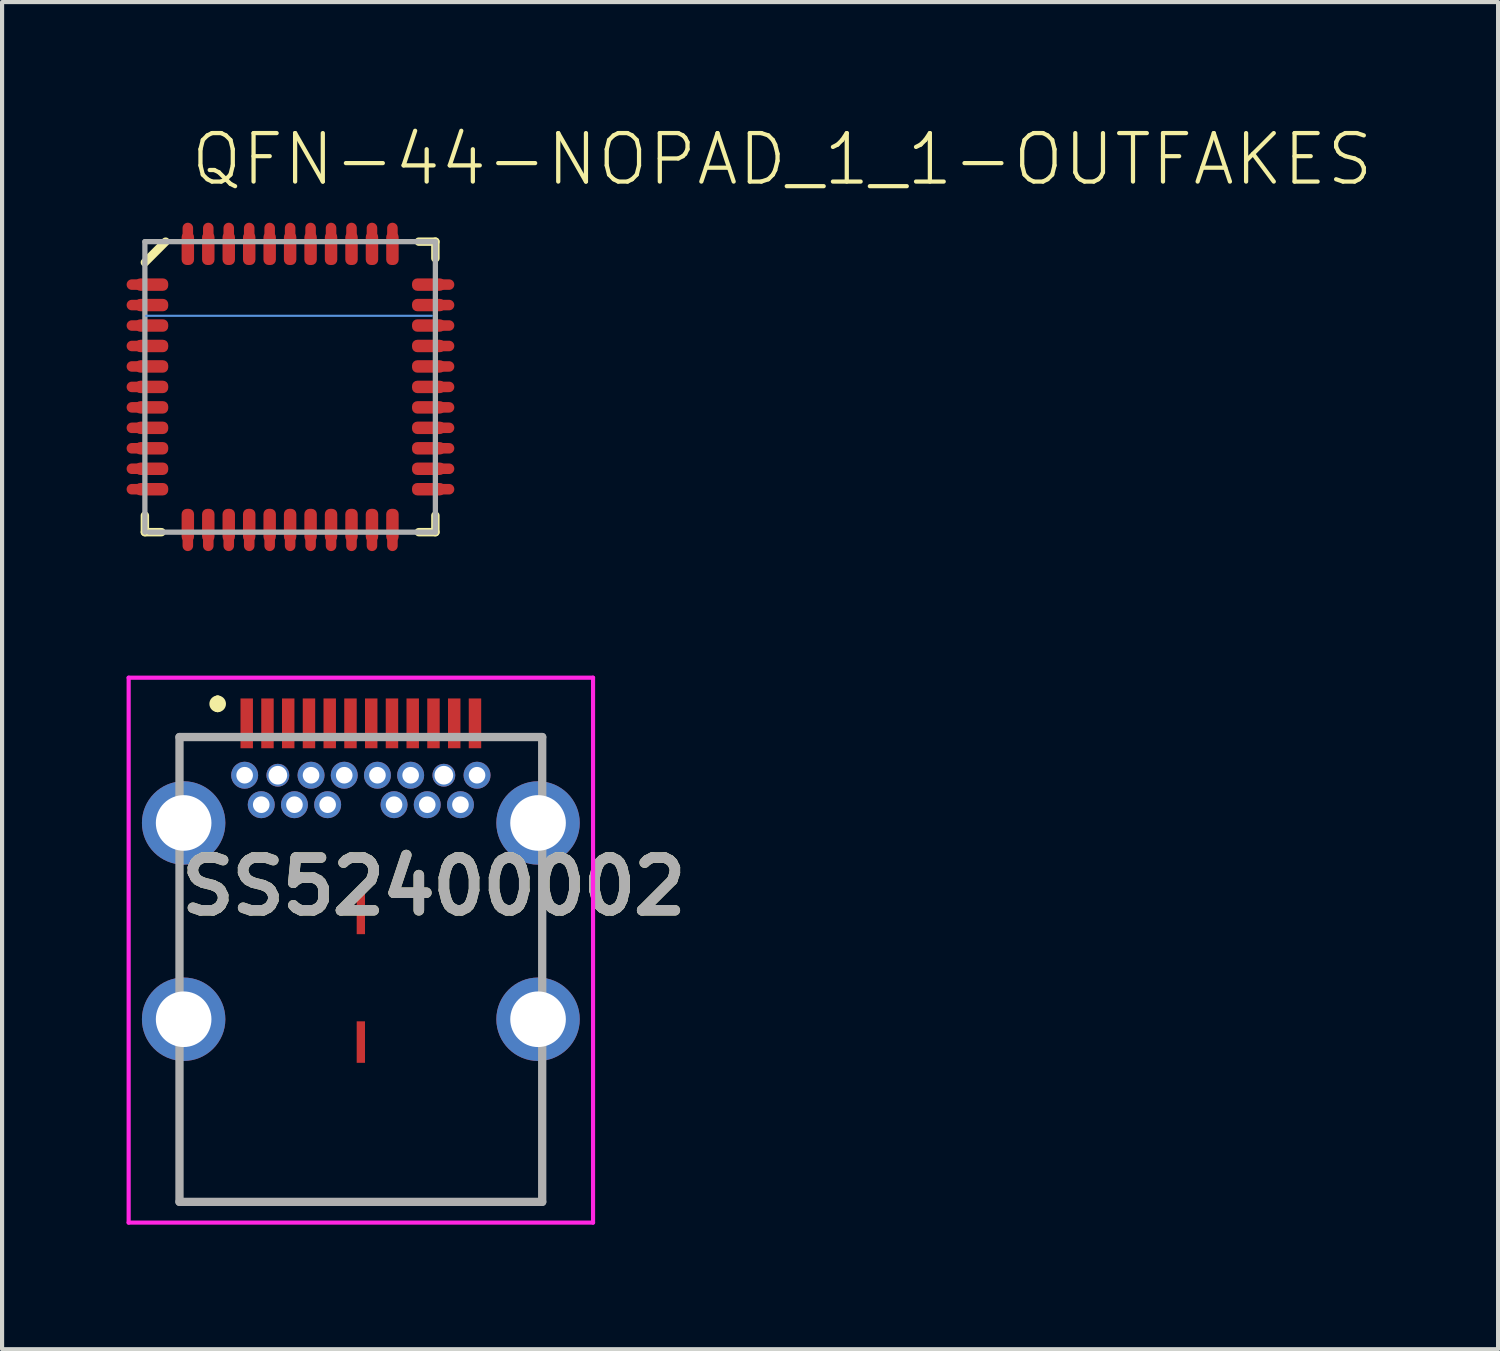
<source format=kicad_pcb>
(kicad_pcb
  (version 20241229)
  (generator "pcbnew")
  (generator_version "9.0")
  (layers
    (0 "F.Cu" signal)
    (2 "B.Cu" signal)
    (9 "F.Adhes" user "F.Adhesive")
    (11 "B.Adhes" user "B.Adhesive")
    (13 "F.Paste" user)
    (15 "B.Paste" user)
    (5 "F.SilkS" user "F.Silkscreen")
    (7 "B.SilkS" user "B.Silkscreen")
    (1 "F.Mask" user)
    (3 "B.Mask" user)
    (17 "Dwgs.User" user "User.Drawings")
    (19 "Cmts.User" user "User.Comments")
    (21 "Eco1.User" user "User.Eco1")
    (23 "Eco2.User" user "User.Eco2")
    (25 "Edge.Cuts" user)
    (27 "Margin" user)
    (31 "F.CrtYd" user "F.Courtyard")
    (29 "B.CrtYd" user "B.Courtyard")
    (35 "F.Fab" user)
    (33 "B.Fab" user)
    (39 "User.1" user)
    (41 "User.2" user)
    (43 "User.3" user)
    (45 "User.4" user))
  (footprint "SS52400002"
    (layer "F.Cu")
    (at 5.645 19.86)
    (property "Reference" "SS52400002" (at 1.76 -1.55 0) (layer "F.SilkS") (effects (font (size 1.27 1.27) (thickness 0.254))))
    (attr through_hole)
    (fp_line (start -4.37 -5.15) (end -3.5 -5.15) (stroke (width 0.1) (type solid)) (layer "F.SilkS"))
    (fp_line (start -4.37 -4.45) (end -4.37 -5.15) (stroke (width 0.1) (type solid)) (layer "F.SilkS"))
    (fp_line (start -4.37 -1.48) (end -4.37 0.02) (stroke (width 0.1) (type solid)) (layer "F.SilkS"))
    (fp_line (start -4.37 3.02) (end -4.37 6.05) (stroke (width 0.1) (type solid)) (layer "F.SilkS"))
    (fp_line (start -4.37 6.05) (end 4.37 6.05) (stroke (width 0.1) (type solid)) (layer "F.SilkS"))
    (fp_line (start -3.45 -6.05) (end -3.45 -6.05) (stroke (width 0.2) (type solid)) (layer "F.SilkS"))
    (fp_line (start -3.45 -5.85) (end -3.45 -5.85) (stroke (width 0.2) (type solid)) (layer "F.SilkS"))
    (fp_line (start 3.5 -5.15) (end 4.37 -5.15) (stroke (width 0.1) (type solid)) (layer "F.SilkS"))
    (fp_line (start 4.37 -5.15) (end 4.37 -4.48) (stroke (width 0.1) (type solid)) (layer "F.SilkS"))
    (fp_line (start 4.37 -1.48) (end 4.37 0.02) (stroke (width 0.1) (type solid)) (layer "F.SilkS"))
    (fp_line (start 4.37 6.05) (end 4.37 3.02) (stroke (width 0.1) (type solid)) (layer "F.SilkS"))
    (fp_arc (start -3.45 -6.05) (mid -3.35 -5.95) (end -3.45 -5.85) (stroke (width 0.2) (type solid)) (layer "F.SilkS"))
    (fp_arc (start -3.45 -5.85) (mid -3.55 -5.95) (end -3.45 -6.05) (stroke (width 0.2) (type solid)) (layer "F.SilkS"))
    (fp_line (start -5.595 -6.58) (end 5.595 -6.58) (stroke (width 0.1) (type solid)) (layer "F.CrtYd"))
    (fp_line (start -5.595 6.55) (end -5.595 -6.58) (stroke (width 0.1) (type solid)) (layer "F.CrtYd"))
    (fp_line (start 5.595 -6.58) (end 5.595 6.55) (stroke (width 0.1) (type solid)) (layer "F.CrtYd"))
    (fp_line (start 5.595 6.55) (end -5.595 6.55) (stroke (width 0.1) (type solid)) (layer "F.CrtYd"))
    (fp_line (start -4.37 -5.15) (end 4.37 -5.15) (stroke (width 0.2) (type solid)) (layer "F.Fab"))
    (fp_line (start -4.37 6.05) (end -4.37 -5.15) (stroke (width 0.2) (type solid)) (layer "F.Fab"))
    (fp_line (start 4.37 -5.15) (end 4.37 6.05) (stroke (width 0.2) (type solid)) (layer "F.Fab"))
    (fp_line (start 4.37 6.05) (end -4.37 6.05) (stroke (width 0.2) (type solid)) (layer "F.Fab"))
    (fp_text user "${REFERENCE}" (at 1.76 -1.55 0) (layer "F.Fab") (effects (font (size 1.27 1.27) (thickness 0.254))))
    (pad "A1" smd rect (at -2.75 -5.48) (size 0.3 1.2) (layers "F.Cu" "F.Mask" "F.Paste"))
    (pad "A2" smd rect (at -2.25 -5.48) (size 0.3 1.2) (layers "F.Cu" "F.Mask" "F.Paste"))
    (pad "A3" smd rect (at -1.75 -5.48) (size 0.3 1.2) (layers "F.Cu" "F.Mask" "F.Paste"))
    (pad "A4" smd rect (at -1.25 -5.48) (size 0.3 1.2) (layers "F.Cu" "F.Mask" "F.Paste"))
    (pad "A5" smd rect (at -0.75 -5.48) (size 0.3 1.2) (layers "F.Cu" "F.Mask" "F.Paste"))
    (pad "A6" smd rect (at -0.25 -5.48) (size 0.3 1.2) (layers "F.Cu" "F.Mask" "F.Paste"))
    (pad "A7" smd rect (at 0.25 -5.48) (size 0.3 1.2) (layers "F.Cu" "F.Mask" "F.Paste"))
    (pad "A8" smd rect (at 0.75 -5.48) (size 0.3 1.2) (layers "F.Cu" "F.Mask" "F.Paste"))
    (pad "A9" smd rect (at 1.25 -5.48) (size 0.3 1.2) (layers "F.Cu" "F.Mask" "F.Paste"))
    (pad "A10" smd rect (at 1.75 -5.48) (size 0.3 1.2) (layers "F.Cu" "F.Mask" "F.Paste"))
    (pad "A11" smd rect (at 2.25 -5.48) (size 0.3 1.2) (layers "F.Cu" "F.Mask" "F.Paste"))
    (pad "A12" smd rect (at 2.75 -5.48) (size 0.3 1.2) (layers "F.Cu" "F.Mask" "F.Paste"))
    (pad "B1" thru_hole circle (at 2.8 -4.23) (size 0.65 0.65) (drill 0.4) (layers "*.Cu" "*.Mask"))
    (pad "B2" thru_hole circle (at 2.4 -3.52) (size 0.65 0.65) (drill 0.4) (layers "*.Cu" "*.Mask"))
    (pad "B3" thru_hole circle (at 1.6 -3.52) (size 0.65 0.65) (drill 0.4) (layers "*.Cu" "*.Mask"))
    (pad "B4" thru_hole circle (at 1.2 -4.23) (size 0.65 0.65) (drill 0.4) (layers "*.Cu" "*.Mask"))
    (pad "B5" thru_hole circle (at 0.8 -3.52) (size 0.65 0.65) (drill 0.4) (layers "*.Cu" "*.Mask"))
    (pad "B6" thru_hole circle (at 0.4 -4.23) (size 0.65 0.65) (drill 0.4) (layers "*.Cu" "*.Mask"))
    (pad "B7" thru_hole circle (at -0.4 -4.23) (size 0.65 0.65) (drill 0.4) (layers "*.Cu" "*.Mask"))
    (pad "B8" thru_hole circle (at -0.8 -3.52) (size 0.65 0.65) (drill 0.4) (layers "*.Cu" "*.Mask"))
    (pad "B9" thru_hole circle (at -1.2 -4.23) (size 0.65 0.65) (drill 0.4) (layers "*.Cu" "*.Mask"))
    (pad "B10" thru_hole circle (at -1.6 -3.52) (size 0.65 0.65) (drill 0.4) (layers "*.Cu" "*.Mask"))
    (pad "B11" thru_hole circle (at -2.4 -3.52) (size 0.65 0.65) (drill 0.4) (layers "*.Cu" "*.Mask"))
    (pad "B12" thru_hole circle (at -2.8 -4.23) (size 0.65 0.65) (drill 0.4) (layers "*.Cu" "*.Mask"))
    (pad "GN1" thru_hole circle (at 2 -4.23) (size 0.55 0.55) (drill 0.45) (layers "*.Cu" "*.Mask"))
    (pad "GR1" thru_hole circle (at -2 -4.23) (size 0.55 0.55) (drill 0.45) (layers "*.Cu" "*.Mask"))
    (pad "MP1" smd rect (at 0 -0.9) (size 0.2 1) (layers "F.Cu" "F.Mask" "F.Paste"))
    (pad "MP2" smd rect (at 0 2.2) (size 0.2 1) (layers "F.Cu" "F.Mask" "F.Paste"))
    (pad "S1" thru_hole circle (at -4.27 -3.08) (size 2.01 2.01) (drill 1.34) (layers "*.Cu" "*.Mask"))
    (pad "S2" thru_hole circle (at 4.27 -3.08) (size 2.01 2.01) (drill 1.34) (layers "*.Cu" "*.Mask"))
    (pad "S3" thru_hole circle (at -4.27 1.65) (size 2.01 2.01) (drill 1.34) (layers "*.Cu" "*.Mask"))
    (pad "S4" thru_hole circle (at 4.27 1.65) (size 2.01 2.01) (drill 1.34) (layers "*.Cu" "*.Mask")))
  (footprint "QFN-44-NOPAD_1_1-OUTFAKES"
    (layer "F.Cu")
    (at 3.941 6.273)
    (property "Reference" "QFN-44-NOPAD_1_1-OUTFAKES" (at -2.45 -4.8 0) (layer "F.SilkS") (effects (font (size 1.168 1.168) (thickness 0.102)) (justify left bottom)))
    (fp_line (start -3.813 -2.465) (end -3.337 -2.465) (stroke (width 0.254) (type solid)) (layer "F.Cu"))
    (fp_line (start -3.813 -1.972) (end -3.337 -1.972) (stroke (width 0.254) (type solid)) (layer "F.Cu"))
    (fp_line (start -3.813 -1.479) (end -3.337 -1.479) (stroke (width 0.254) (type solid)) (layer "F.Cu"))
    (fp_line (start -3.813 -0.986) (end -3.337 -0.986) (stroke (width 0.254) (type solid)) (layer "F.Cu"))
    (fp_line (start -3.813 -0.493) (end -3.337 -0.493) (stroke (width 0.254) (type solid)) (layer "F.Cu"))
    (fp_line (start -3.813 0) (end -3.337 0) (stroke (width 0.254) (type solid)) (layer "F.Cu"))
    (fp_line (start -3.813 0.493) (end -3.337 0.493) (stroke (width 0.254) (type solid)) (layer "F.Cu"))
    (fp_line (start -3.813 0.986) (end -3.337 0.986) (stroke (width 0.254) (type solid)) (layer "F.Cu"))
    (fp_line (start -3.813 1.479) (end -3.337 1.479) (stroke (width 0.254) (type solid)) (layer "F.Cu"))
    (fp_line (start -3.813 1.972) (end -3.337 1.972) (stroke (width 0.254) (type solid)) (layer "F.Cu"))
    (fp_line (start -3.813 2.465) (end -3.337 2.465) (stroke (width 0.254) (type solid)) (layer "F.Cu"))
    (fp_line (start -2.465 -3.337) (end -2.465 -3.829) (stroke (width 0.254) (type solid)) (layer "F.Cu"))
    (fp_line (start -2.465 3.337) (end -2.465 3.829) (stroke (width 0.254) (type solid)) (layer "F.Cu"))
    (fp_line (start -1.972 -3.337) (end -1.972 -3.829) (stroke (width 0.254) (type solid)) (layer "F.Cu"))
    (fp_line (start -1.972 3.337) (end -1.972 3.829) (stroke (width 0.254) (type solid)) (layer "F.Cu"))
    (fp_line (start -1.479 -3.337) (end -1.479 -3.829) (stroke (width 0.254) (type solid)) (layer "F.Cu"))
    (fp_line (start -1.479 3.337) (end -1.479 3.829) (stroke (width 0.254) (type solid)) (layer "F.Cu"))
    (fp_line (start -0.986 -3.337) (end -0.986 -3.829) (stroke (width 0.254) (type solid)) (layer "F.Cu"))
    (fp_line (start -0.986 3.337) (end -0.986 3.829) (stroke (width 0.254) (type solid)) (layer "F.Cu"))
    (fp_line (start -0.493 -3.337) (end -0.493 -3.829) (stroke (width 0.254) (type solid)) (layer "F.Cu"))
    (fp_line (start -0.493 3.337) (end -0.493 3.829) (stroke (width 0.254) (type solid)) (layer "F.Cu"))
    (fp_line (start 0 -3.337) (end 0 -3.829) (stroke (width 0.254) (type solid)) (layer "F.Cu"))
    (fp_line (start 0 3.337) (end 0 3.829) (stroke (width 0.254) (type solid)) (layer "F.Cu"))
    (fp_line (start 0.493 -3.337) (end 0.493 -3.829) (stroke (width 0.254) (type solid)) (layer "F.Cu"))
    (fp_line (start 0.493 3.337) (end 0.493 3.829) (stroke (width 0.254) (type solid)) (layer "F.Cu"))
    (fp_line (start 0.986 -3.337) (end 0.986 -3.829) (stroke (width 0.254) (type solid)) (layer "F.Cu"))
    (fp_line (start 0.986 3.337) (end 0.986 3.829) (stroke (width 0.254) (type solid)) (layer "F.Cu"))
    (fp_line (start 1.479 -3.337) (end 1.479 -3.829) (stroke (width 0.254) (type solid)) (layer "F.Cu"))
    (fp_line (start 1.479 3.337) (end 1.479 3.829) (stroke (width 0.254) (type solid)) (layer "F.Cu"))
    (fp_line (start 1.972 -3.337) (end 1.972 -3.829) (stroke (width 0.254) (type solid)) (layer "F.Cu"))
    (fp_line (start 1.972 3.337) (end 1.972 3.829) (stroke (width 0.254) (type solid)) (layer "F.Cu"))
    (fp_line (start 2.465 -3.337) (end 2.465 -3.829) (stroke (width 0.254) (type solid)) (layer "F.Cu"))
    (fp_line (start 2.465 3.337) (end 2.465 3.829) (stroke (width 0.254) (type solid)) (layer "F.Cu"))
    (fp_line (start 3.337 -2.465) (end 3.829 -2.465) (stroke (width 0.254) (type solid)) (layer "F.Cu"))
    (fp_line (start 3.337 -1.972) (end 3.829 -1.972) (stroke (width 0.254) (type solid)) (layer "F.Cu"))
    (fp_line (start 3.337 -1.479) (end 3.829 -1.479) (stroke (width 0.254) (type solid)) (layer "F.Cu"))
    (fp_line (start 3.337 -0.986) (end 3.829 -0.986) (stroke (width 0.254) (type solid)) (layer "F.Cu"))
    (fp_line (start 3.337 -0.493) (end 3.829 -0.493) (stroke (width 0.254) (type solid)) (layer "F.Cu"))
    (fp_line (start 3.337 0) (end 3.829 0) (stroke (width 0.254) (type solid)) (layer "F.Cu"))
    (fp_line (start 3.337 0.493) (end 3.829 0.493) (stroke (width 0.254) (type solid)) (layer "F.Cu"))
    (fp_line (start 3.337 0.986) (end 3.829 0.986) (stroke (width 0.254) (type solid)) (layer "F.Cu"))
    (fp_line (start 3.337 1.479) (end 3.829 1.479) (stroke (width 0.254) (type solid)) (layer "F.Cu"))
    (fp_line (start 3.337 1.972) (end 3.829 1.972) (stroke (width 0.254) (type solid)) (layer "F.Cu"))
    (fp_line (start 3.337 2.465) (end 3.829 2.465) (stroke (width 0.254) (type solid)) (layer "F.Cu"))
    (fp_line (start -3.5 3.5) (end -3.5 3.1) (stroke (width 0.203) (type solid)) (layer "F.SilkS"))
    (fp_line (start -3.1 3.5) (end -3.5 3.5) (stroke (width 0.203) (type solid)) (layer "F.SilkS"))
    (fp_line (start -3 -3.5) (end -3.5 -3) (stroke (width 0.203) (type solid)) (layer "F.SilkS"))
    (fp_line (start 3.1 3.5) (end 3.5 3.5) (stroke (width 0.203) (type solid)) (layer "F.SilkS"))
    (fp_line (start 3.5 -3.5) (end 3.1 -3.5) (stroke (width 0.203) (type solid)) (layer "F.SilkS"))
    (fp_line (start 3.5 -3.1) (end 3.5 -3.5) (stroke (width 0.203) (type solid)) (layer "F.SilkS"))
    (fp_line (start 3.5 3.1) (end 3.5 3.5) (stroke (width 0.203) (type solid)) (layer "F.SilkS"))
    (fp_line (start -3.47 -1.713) (end 3.414 -1.713) (stroke (width 0.051) (type solid)) (layer "Cmts.User"))
    (fp_line (start -3.5 -3.5) (end -3.5 3.5) (stroke (width 0.127) (type solid)) (layer "F.Fab"))
    (fp_line (start -3.4 3.5) (end 3.5 3.5) (stroke (width 0.127) (type solid)) (layer "F.Fab"))
    (fp_line (start 3.5 -3.5) (end -3.5 -3.5) (stroke (width 0.127) (type solid)) (layer "F.Fab"))
    (fp_line (start 3.5 3.5) (end 3.5 -3.5) (stroke (width 0.127) (type solid)) (layer "F.Fab"))
    (pad "1" smd roundrect (at -3.337 -2.465 180) (size 0.8 0.3) (layers "F.Cu" "F.Mask" "F.Paste") (roundrect_rratio 0.425))
    (pad "2" smd roundrect (at -3.337 -1.972 180) (size 0.8 0.3) (layers "F.Cu" "F.Mask" "F.Paste") (roundrect_rratio 0.425))
    (pad "3" smd roundrect (at -3.337 -1.479 180) (size 0.8 0.3) (layers "F.Cu" "F.Mask" "F.Paste") (roundrect_rratio 0.425))
    (pad "4" smd roundrect (at -3.337 -0.986 180) (size 0.8 0.3) (layers "F.Cu" "F.Mask" "F.Paste") (roundrect_rratio 0.425))
    (pad "5" smd roundrect (at -3.337 -0.493 180) (size 0.8 0.3) (layers "F.Cu" "F.Mask" "F.Paste") (roundrect_rratio 0.425))
    (pad "6" smd roundrect (at -3.337 0 180) (size 0.8 0.3) (layers "F.Cu" "F.Mask" "F.Paste") (roundrect_rratio 0.425))
    (pad "7" smd roundrect (at -3.337 0.493) (size 0.8 0.3) (layers "F.Cu" "F.Mask" "F.Paste") (roundrect_rratio 0.425))
    (pad "8" smd roundrect (at -3.337 0.986) (size 0.8 0.3) (layers "F.Cu" "F.Mask" "F.Paste") (roundrect_rratio 0.425))
    (pad "9" smd roundrect (at -3.337 1.479) (size 0.8 0.3) (layers "F.Cu" "F.Mask" "F.Paste") (roundrect_rratio 0.425))
    (pad "10" smd roundrect (at -3.337 1.972) (size 0.8 0.3) (layers "F.Cu" "F.Mask" "F.Paste") (roundrect_rratio 0.425))
    (pad "11" smd roundrect (at -3.337 2.465) (size 0.8 0.3) (layers "F.Cu" "F.Mask" "F.Paste") (roundrect_rratio 0.425))
    (pad "12" smd roundrect (at -2.465 3.337 270) (size 0.8 0.3) (layers "F.Cu" "F.Mask" "F.Paste") (roundrect_rratio 0.425))
    (pad "13" smd roundrect (at -1.972 3.337 270) (size 0.8 0.3) (layers "F.Cu" "F.Mask" "F.Paste") (roundrect_rratio 0.425))
    (pad "14" smd roundrect (at -1.479 3.337 270) (size 0.8 0.3) (layers "F.Cu" "F.Mask" "F.Paste") (roundrect_rratio 0.425))
    (pad "15" smd roundrect (at -0.986 3.337 270) (size 0.8 0.3) (layers "F.Cu" "F.Mask" "F.Paste") (roundrect_rratio 0.425))
    (pad "16" smd roundrect (at -0.493 3.337 270) (size 0.8 0.3) (layers "F.Cu" "F.Mask" "F.Paste") (roundrect_rratio 0.425))
    (pad "17" smd roundrect (at 0 3.337 270) (size 0.8 0.3) (layers "F.Cu" "F.Mask" "F.Paste") (roundrect_rratio 0.425))
    (pad "18" smd roundrect (at 0.493 3.337 90) (size 0.8 0.3) (layers "F.Cu" "F.Mask" "F.Paste") (roundrect_rratio 0.425))
    (pad "19" smd roundrect (at 0.986 3.337 90) (size 0.8 0.3) (layers "F.Cu" "F.Mask" "F.Paste") (roundrect_rratio 0.425))
    (pad "20" smd roundrect (at 1.479 3.337 90) (size 0.8 0.3) (layers "F.Cu" "F.Mask" "F.Paste") (roundrect_rratio 0.425))
    (pad "21" smd roundrect (at 1.972 3.337 90) (size 0.8 0.3) (layers "F.Cu" "F.Mask" "F.Paste") (roundrect_rratio 0.425))
    (pad "22" smd roundrect (at 2.465 3.337 90) (size 0.8 0.3) (layers "F.Cu" "F.Mask" "F.Paste") (roundrect_rratio 0.425))
    (pad "23" smd roundrect (at 3.337 2.465) (size 0.8 0.3) (layers "F.Cu" "F.Mask" "F.Paste") (roundrect_rratio 0.425))
    (pad "24" smd roundrect (at 3.337 1.972) (size 0.8 0.3) (layers "F.Cu" "F.Mask" "F.Paste") (roundrect_rratio 0.425))
    (pad "25" smd roundrect (at 3.337 1.479) (size 0.8 0.3) (layers "F.Cu" "F.Mask" "F.Paste") (roundrect_rratio 0.425))
    (pad "26" smd roundrect (at 3.337 0.986) (size 0.8 0.3) (layers "F.Cu" "F.Mask" "F.Paste") (roundrect_rratio 0.425))
    (pad "27" smd roundrect (at 3.337 0.493) (size 0.8 0.3) (layers "F.Cu" "F.Mask" "F.Paste") (roundrect_rratio 0.425))
    (pad "28" smd roundrect (at 3.337 0) (size 0.8 0.3) (layers "F.Cu" "F.Mask" "F.Paste") (roundrect_rratio 0.425))
    (pad "29" smd roundrect (at 3.337 -0.493 180) (size 0.8 0.3) (layers "F.Cu" "F.Mask" "F.Paste") (roundrect_rratio 0.425))
    (pad "30" smd roundrect (at 3.337 -0.986 180) (size 0.8 0.3) (layers "F.Cu" "F.Mask" "F.Paste") (roundrect_rratio 0.425))
    (pad "31" smd roundrect (at 3.337 -1.479 180) (size 0.8 0.3) (layers "F.Cu" "F.Mask" "F.Paste") (roundrect_rratio 0.425))
    (pad "32" smd roundrect (at 3.337 -1.972 180) (size 0.8 0.3) (layers "F.Cu" "F.Mask" "F.Paste") (roundrect_rratio 0.425))
    (pad "33" smd roundrect (at 3.337 -2.465 180) (size 0.8 0.3) (layers "F.Cu" "F.Mask" "F.Paste") (roundrect_rratio 0.425))
    (pad "34" smd roundrect (at 2.465 -3.337 90) (size 0.8 0.3) (layers "F.Cu" "F.Mask" "F.Paste") (roundrect_rratio 0.425))
    (pad "35" smd roundrect (at 1.972 -3.337 90) (size 0.8 0.3) (layers "F.Cu" "F.Mask" "F.Paste") (roundrect_rratio 0.425))
    (pad "36" smd roundrect (at 1.479 -3.337 90) (size 0.8 0.3) (layers "F.Cu" "F.Mask" "F.Paste") (roundrect_rratio 0.425))
    (pad "37" smd roundrect (at 0.986 -3.337 90) (size 0.8 0.3) (layers "F.Cu" "F.Mask" "F.Paste") (roundrect_rratio 0.425))
    (pad "38" smd roundrect (at 0.493 -3.337 90) (size 0.8 0.3) (layers "F.Cu" "F.Mask" "F.Paste") (roundrect_rratio 0.425))
    (pad "39" smd roundrect (at 0 -3.337 90) (size 0.8 0.3) (layers "F.Cu" "F.Mask" "F.Paste") (roundrect_rratio 0.425))
    (pad "40" smd roundrect (at -0.493 -3.337 270) (size 0.8 0.3) (layers "F.Cu" "F.Mask" "F.Paste") (roundrect_rratio 0.425))
    (pad "41" smd roundrect (at -0.986 -3.337 270) (size 0.8 0.3) (layers "F.Cu" "F.Mask" "F.Paste") (roundrect_rratio 0.425))
    (pad "42" smd roundrect (at -1.479 -3.337 270) (size 0.8 0.3) (layers "F.Cu" "F.Mask" "F.Paste") (roundrect_rratio 0.425))
    (pad "43" smd roundrect (at -1.972 -3.337 270) (size 0.8 0.3) (layers "F.Cu" "F.Mask" "F.Paste") (roundrect_rratio 0.425))
    (pad "44" smd roundrect (at -2.465 -3.337 270) (size 0.8 0.3) (layers "F.Cu" "F.Mask" "F.Paste") (roundrect_rratio 0.425)))
  (gr_rect
    (start -3 -3)
    (end 33.048 29.46)
    (stroke (width 0.1) (type default))
    (fill no)
    (layer "Edge.Cuts")))
</source>
